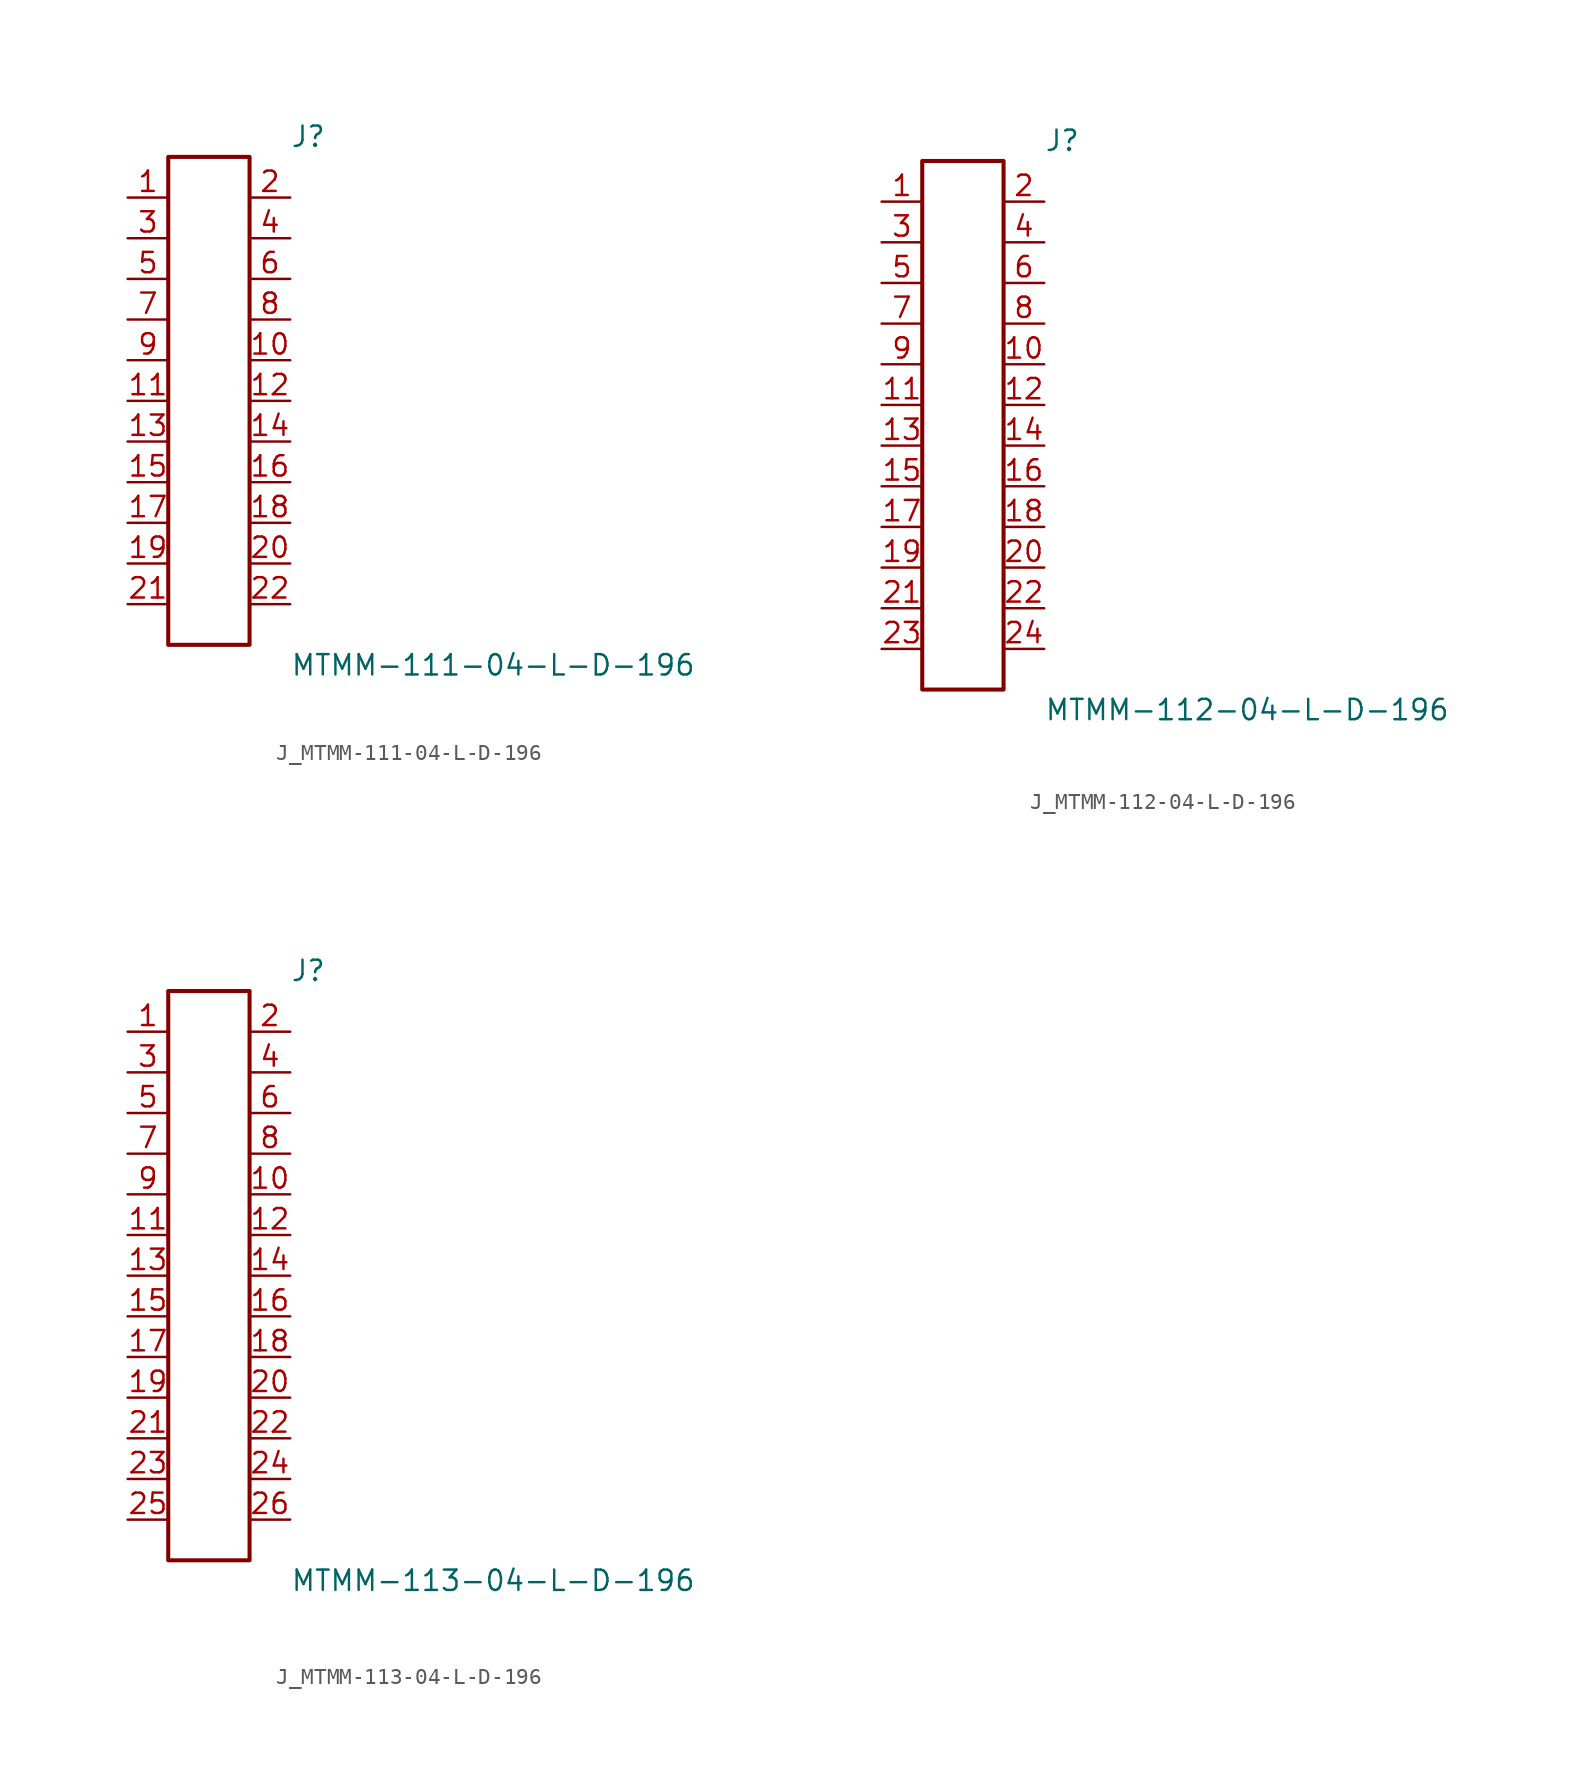
<source format=kicad_sym>
(kicad_symbol_lib
  (version 20231120)
  (generator kicad_symbol_editor)
  (generator_version 8.0)
  (symbol "J_MTMM-111-04-L-D-196"
    (pin_names
      (offset 0.254))
    (property "Reference" "J"
      (at 5.08 16.51 0)
      (effects (font (size 1.27 1.27)) (justify left)))
    (property "Value" "MTMM-111-04-L-D-196"
      (at 5.08 -16.51 0)
      (effects (font (size 1.27 1.27)) (justify left)))
    (symbol "J_MTMM-111-04-L-D-196_0_0"
      (pin passive line (at -5.08 12.7 0) (length 2.54) (name "" (effects (font (size 1.27 1.27)))) (number "1" (effects (font (size 1.27 1.27)))))
      (pin passive line (at 5.08 12.7 180) (length 2.54) (name "" (effects (font (size 1.27 1.27)))) (number "2" (effects (font (size 1.27 1.27)))))
      (pin passive line (at -5.08 10.16 0) (length 2.54) (name "" (effects (font (size 1.27 1.27)))) (number "3" (effects (font (size 1.27 1.27)))))
      (pin passive line (at 5.08 10.16 180) (length 2.54) (name "" (effects (font (size 1.27 1.27)))) (number "4" (effects (font (size 1.27 1.27)))))
      (pin passive line (at -5.08 7.62 0) (length 2.54) (name "" (effects (font (size 1.27 1.27)))) (number "5" (effects (font (size 1.27 1.27)))))
      (pin passive line (at 5.08 7.62 180) (length 2.54) (name "" (effects (font (size 1.27 1.27)))) (number "6" (effects (font (size 1.27 1.27)))))
      (pin passive line (at -5.08 5.08 0) (length 2.54) (name "" (effects (font (size 1.27 1.27)))) (number "7" (effects (font (size 1.27 1.27)))))
      (pin passive line (at 5.08 5.08 180) (length 2.54) (name "" (effects (font (size 1.27 1.27)))) (number "8" (effects (font (size 1.27 1.27)))))
      (pin passive line (at -5.08 2.54 0) (length 2.54) (name "" (effects (font (size 1.27 1.27)))) (number "9" (effects (font (size 1.27 1.27)))))
      (pin passive line (at 5.08 2.54 180) (length 2.54) (name "" (effects (font (size 1.27 1.27)))) (number "10" (effects (font (size 1.27 1.27)))))
      (pin passive line (at -5.08 0.0 0) (length 2.54) (name "" (effects (font (size 1.27 1.27)))) (number "11" (effects (font (size 1.27 1.27)))))
      (pin passive line (at 5.08 0.0 180) (length 2.54) (name "" (effects (font (size 1.27 1.27)))) (number "12" (effects (font (size 1.27 1.27)))))
      (pin passive line (at -5.08 -2.54 0) (length 2.54) (name "" (effects (font (size 1.27 1.27)))) (number "13" (effects (font (size 1.27 1.27)))))
      (pin passive line (at 5.08 -2.54 180) (length 2.54) (name "" (effects (font (size 1.27 1.27)))) (number "14" (effects (font (size 1.27 1.27)))))
      (pin passive line (at -5.08 -5.08 0) (length 2.54) (name "" (effects (font (size 1.27 1.27)))) (number "15" (effects (font (size 1.27 1.27)))))
      (pin passive line (at 5.08 -5.08 180) (length 2.54) (name "" (effects (font (size 1.27 1.27)))) (number "16" (effects (font (size 1.27 1.27)))))
      (pin passive line (at -5.08 -7.62 0) (length 2.54) (name "" (effects (font (size 1.27 1.27)))) (number "17" (effects (font (size 1.27 1.27)))))
      (pin passive line (at 5.08 -7.62 180) (length 2.54) (name "" (effects (font (size 1.27 1.27)))) (number "18" (effects (font (size 1.27 1.27)))))
      (pin passive line (at -5.08 -10.16 0) (length 2.54) (name "" (effects (font (size 1.27 1.27)))) (number "19" (effects (font (size 1.27 1.27)))))
      (pin passive line (at 5.08 -10.16 180) (length 2.54) (name "" (effects (font (size 1.27 1.27)))) (number "20" (effects (font (size 1.27 1.27)))))
      (pin passive line (at -5.08 -12.7 0) (length 2.54) (name "" (effects (font (size 1.27 1.27)))) (number "21" (effects (font (size 1.27 1.27)))))
      (pin passive line (at 5.08 -12.7 180) (length 2.54) (name "" (effects (font (size 1.27 1.27)))) (number "22" (effects (font (size 1.27 1.27))))))
    (symbol "J_MTMM-111-04-L-D-196_1_0"
      (rectangle (start -2.54 15.24) (end 2.54 -15.24) (stroke (width 0.254) (type solid)) (fill (type none)))))
  (symbol "J_MTMM-112-04-L-D-196"
    (pin_names
      (offset 0.254))
    (property "Reference" "J"
      (at 5.08 17.78 0)
      (effects (font (size 1.27 1.27)) (justify left)))
    (property "Value" "MTMM-112-04-L-D-196"
      (at 5.08 -17.78 0)
      (effects (font (size 1.27 1.27)) (justify left)))
    (symbol "J_MTMM-112-04-L-D-196_0_0"
      (pin passive line (at -5.08 13.97 0) (length 2.54) (name "" (effects (font (size 1.27 1.27)))) (number "1" (effects (font (size 1.27 1.27)))))
      (pin passive line (at 5.08 13.97 180) (length 2.54) (name "" (effects (font (size 1.27 1.27)))) (number "2" (effects (font (size 1.27 1.27)))))
      (pin passive line (at -5.08 11.43 0) (length 2.54) (name "" (effects (font (size 1.27 1.27)))) (number "3" (effects (font (size 1.27 1.27)))))
      (pin passive line (at 5.08 11.43 180) (length 2.54) (name "" (effects (font (size 1.27 1.27)))) (number "4" (effects (font (size 1.27 1.27)))))
      (pin passive line (at -5.08 8.89 0) (length 2.54) (name "" (effects (font (size 1.27 1.27)))) (number "5" (effects (font (size 1.27 1.27)))))
      (pin passive line (at 5.08 8.89 180) (length 2.54) (name "" (effects (font (size 1.27 1.27)))) (number "6" (effects (font (size 1.27 1.27)))))
      (pin passive line (at -5.08 6.35 0) (length 2.54) (name "" (effects (font (size 1.27 1.27)))) (number "7" (effects (font (size 1.27 1.27)))))
      (pin passive line (at 5.08 6.35 180) (length 2.54) (name "" (effects (font (size 1.27 1.27)))) (number "8" (effects (font (size 1.27 1.27)))))
      (pin passive line (at -5.08 3.81 0) (length 2.54) (name "" (effects (font (size 1.27 1.27)))) (number "9" (effects (font (size 1.27 1.27)))))
      (pin passive line (at 5.08 3.81 180) (length 2.54) (name "" (effects (font (size 1.27 1.27)))) (number "10" (effects (font (size 1.27 1.27)))))
      (pin passive line (at -5.08 1.27 0) (length 2.54) (name "" (effects (font (size 1.27 1.27)))) (number "11" (effects (font (size 1.27 1.27)))))
      (pin passive line (at 5.08 1.27 180) (length 2.54) (name "" (effects (font (size 1.27 1.27)))) (number "12" (effects (font (size 1.27 1.27)))))
      (pin passive line (at -5.08 -1.27 0) (length 2.54) (name "" (effects (font (size 1.27 1.27)))) (number "13" (effects (font (size 1.27 1.27)))))
      (pin passive line (at 5.08 -1.27 180) (length 2.54) (name "" (effects (font (size 1.27 1.27)))) (number "14" (effects (font (size 1.27 1.27)))))
      (pin passive line (at -5.08 -3.81 0) (length 2.54) (name "" (effects (font (size 1.27 1.27)))) (number "15" (effects (font (size 1.27 1.27)))))
      (pin passive line (at 5.08 -3.81 180) (length 2.54) (name "" (effects (font (size 1.27 1.27)))) (number "16" (effects (font (size 1.27 1.27)))))
      (pin passive line (at -5.08 -6.35 0) (length 2.54) (name "" (effects (font (size 1.27 1.27)))) (number "17" (effects (font (size 1.27 1.27)))))
      (pin passive line (at 5.08 -6.35 180) (length 2.54) (name "" (effects (font (size 1.27 1.27)))) (number "18" (effects (font (size 1.27 1.27)))))
      (pin passive line (at -5.08 -8.89 0) (length 2.54) (name "" (effects (font (size 1.27 1.27)))) (number "19" (effects (font (size 1.27 1.27)))))
      (pin passive line (at 5.08 -8.89 180) (length 2.54) (name "" (effects (font (size 1.27 1.27)))) (number "20" (effects (font (size 1.27 1.27)))))
      (pin passive line (at -5.08 -11.43 0) (length 2.54) (name "" (effects (font (size 1.27 1.27)))) (number "21" (effects (font (size 1.27 1.27)))))
      (pin passive line (at 5.08 -11.43 180) (length 2.54) (name "" (effects (font (size 1.27 1.27)))) (number "22" (effects (font (size 1.27 1.27)))))
      (pin passive line (at -5.08 -13.97 0) (length 2.54) (name "" (effects (font (size 1.27 1.27)))) (number "23" (effects (font (size 1.27 1.27)))))
      (pin passive line (at 5.08 -13.97 180) (length 2.54) (name "" (effects (font (size 1.27 1.27)))) (number "24" (effects (font (size 1.27 1.27))))))
    (symbol "J_MTMM-112-04-L-D-196_1_0"
      (rectangle (start -2.54 16.51) (end 2.54 -16.51) (stroke (width 0.254) (type solid)) (fill (type none)))))
  (symbol "J_MTMM-113-04-L-D-196"
    (pin_names
      (offset 0.254))
    (property "Reference" "J"
      (at 5.08 19.05 0)
      (effects (font (size 1.27 1.27)) (justify left)))
    (property "Value" "MTMM-113-04-L-D-196"
      (at 5.08 -19.05 0)
      (effects (font (size 1.27 1.27)) (justify left)))
    (symbol "J_MTMM-113-04-L-D-196_0_0"
      (pin passive line (at -5.08 15.24 0) (length 2.54) (name "" (effects (font (size 1.27 1.27)))) (number "1" (effects (font (size 1.27 1.27)))))
      (pin passive line (at 5.08 15.24 180) (length 2.54) (name "" (effects (font (size 1.27 1.27)))) (number "2" (effects (font (size 1.27 1.27)))))
      (pin passive line (at -5.08 12.7 0) (length 2.54) (name "" (effects (font (size 1.27 1.27)))) (number "3" (effects (font (size 1.27 1.27)))))
      (pin passive line (at 5.08 12.7 180) (length 2.54) (name "" (effects (font (size 1.27 1.27)))) (number "4" (effects (font (size 1.27 1.27)))))
      (pin passive line (at -5.08 10.16 0) (length 2.54) (name "" (effects (font (size 1.27 1.27)))) (number "5" (effects (font (size 1.27 1.27)))))
      (pin passive line (at 5.08 10.16 180) (length 2.54) (name "" (effects (font (size 1.27 1.27)))) (number "6" (effects (font (size 1.27 1.27)))))
      (pin passive line (at -5.08 7.62 0) (length 2.54) (name "" (effects (font (size 1.27 1.27)))) (number "7" (effects (font (size 1.27 1.27)))))
      (pin passive line (at 5.08 7.62 180) (length 2.54) (name "" (effects (font (size 1.27 1.27)))) (number "8" (effects (font (size 1.27 1.27)))))
      (pin passive line (at -5.08 5.08 0) (length 2.54) (name "" (effects (font (size 1.27 1.27)))) (number "9" (effects (font (size 1.27 1.27)))))
      (pin passive line (at 5.08 5.08 180) (length 2.54) (name "" (effects (font (size 1.27 1.27)))) (number "10" (effects (font (size 1.27 1.27)))))
      (pin passive line (at -5.08 2.54 0) (length 2.54) (name "" (effects (font (size 1.27 1.27)))) (number "11" (effects (font (size 1.27 1.27)))))
      (pin passive line (at 5.08 2.54 180) (length 2.54) (name "" (effects (font (size 1.27 1.27)))) (number "12" (effects (font (size 1.27 1.27)))))
      (pin passive line (at -5.08 0.0 0) (length 2.54) (name "" (effects (font (size 1.27 1.27)))) (number "13" (effects (font (size 1.27 1.27)))))
      (pin passive line (at 5.08 0.0 180) (length 2.54) (name "" (effects (font (size 1.27 1.27)))) (number "14" (effects (font (size 1.27 1.27)))))
      (pin passive line (at -5.08 -2.54 0) (length 2.54) (name "" (effects (font (size 1.27 1.27)))) (number "15" (effects (font (size 1.27 1.27)))))
      (pin passive line (at 5.08 -2.54 180) (length 2.54) (name "" (effects (font (size 1.27 1.27)))) (number "16" (effects (font (size 1.27 1.27)))))
      (pin passive line (at -5.08 -5.08 0) (length 2.54) (name "" (effects (font (size 1.27 1.27)))) (number "17" (effects (font (size 1.27 1.27)))))
      (pin passive line (at 5.08 -5.08 180) (length 2.54) (name "" (effects (font (size 1.27 1.27)))) (number "18" (effects (font (size 1.27 1.27)))))
      (pin passive line (at -5.08 -7.62 0) (length 2.54) (name "" (effects (font (size 1.27 1.27)))) (number "19" (effects (font (size 1.27 1.27)))))
      (pin passive line (at 5.08 -7.62 180) (length 2.54) (name "" (effects (font (size 1.27 1.27)))) (number "20" (effects (font (size 1.27 1.27)))))
      (pin passive line (at -5.08 -10.16 0) (length 2.54) (name "" (effects (font (size 1.27 1.27)))) (number "21" (effects (font (size 1.27 1.27)))))
      (pin passive line (at 5.08 -10.16 180) (length 2.54) (name "" (effects (font (size 1.27 1.27)))) (number "22" (effects (font (size 1.27 1.27)))))
      (pin passive line (at -5.08 -12.7 0) (length 2.54) (name "" (effects (font (size 1.27 1.27)))) (number "23" (effects (font (size 1.27 1.27)))))
      (pin passive line (at 5.08 -12.7 180) (length 2.54) (name "" (effects (font (size 1.27 1.27)))) (number "24" (effects (font (size 1.27 1.27)))))
      (pin passive line (at -5.08 -15.24 0) (length 2.54) (name "" (effects (font (size 1.27 1.27)))) (number "25" (effects (font (size 1.27 1.27)))))
      (pin passive line (at 5.08 -15.24 180) (length 2.54) (name "" (effects (font (size 1.27 1.27)))) (number "26" (effects (font (size 1.27 1.27))))))
    (symbol "J_MTMM-113-04-L-D-196_1_0"
      (rectangle (start -2.54 17.78) (end 2.54 -17.78) (stroke (width 0.254) (type solid)) (fill (type none))))))
</source>
